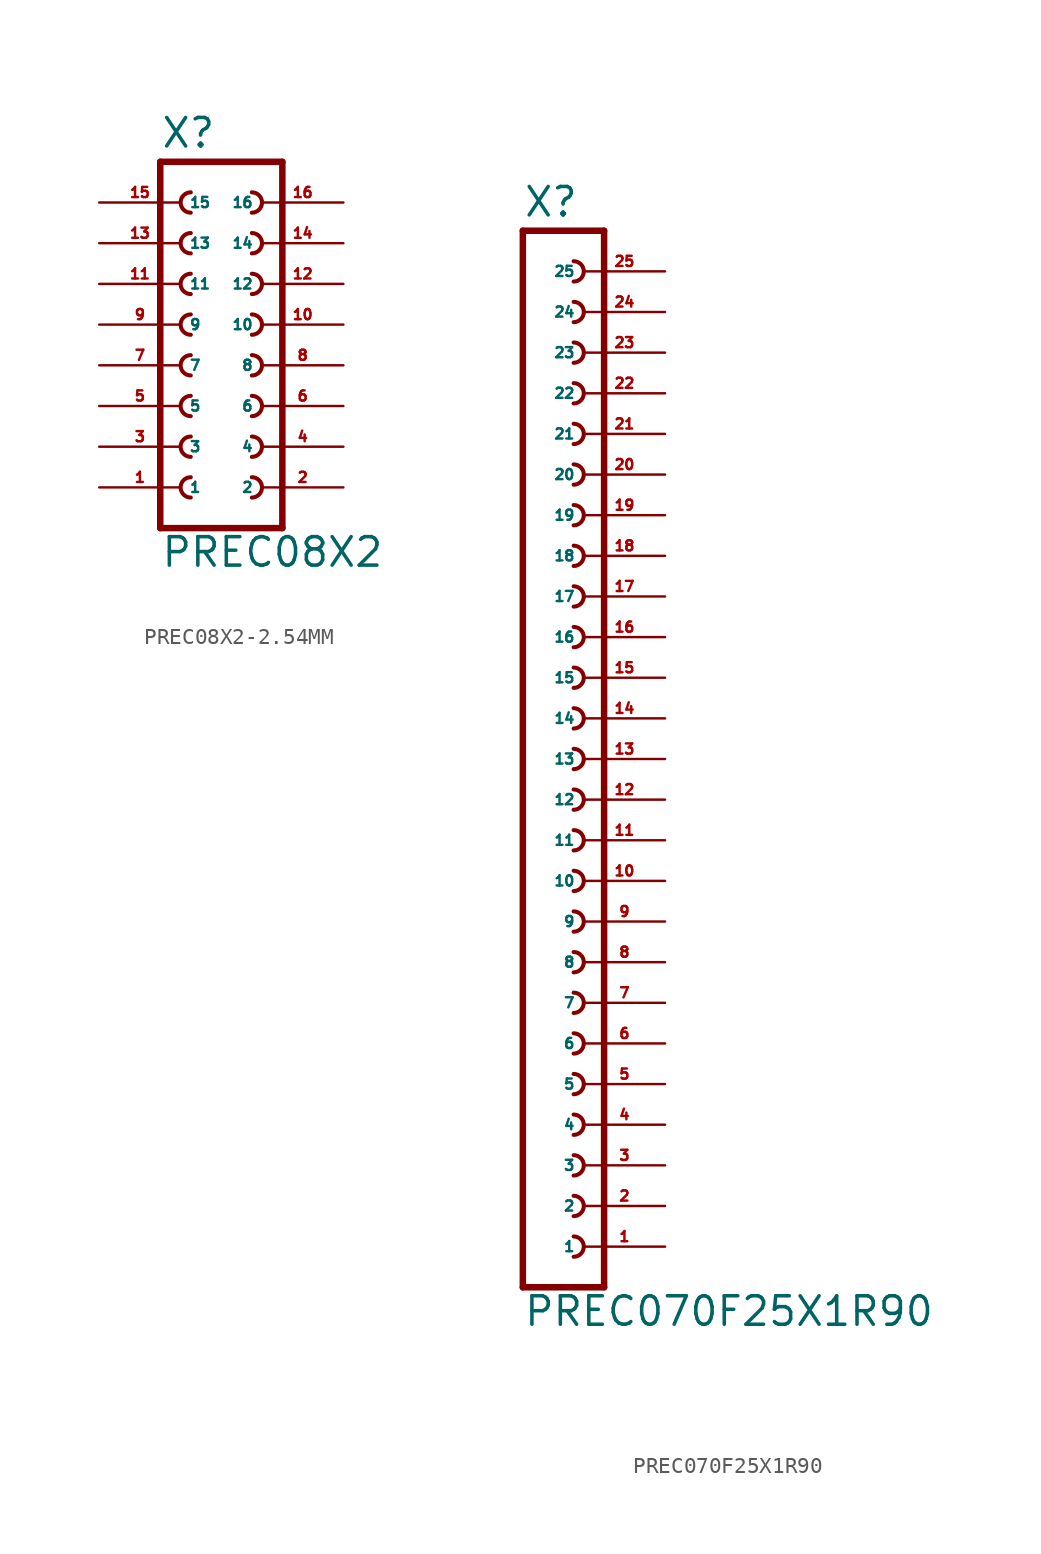
<source format=kicad_sym>
(kicad_symbol_lib
  (version 20220914)
  (generator Eagle2Kicad)
  (symbol "PREC08X2-2.54MM"
    (property "Reference" "X"
      (at -3.81 13.462 0)
      (effects (font (size 1.778 1.778) (thickness 0.22)) (justify left bottom)))
    (property "Value" "PREC08X2"
      (at -3.81 -12.7 0)
      (effects (font (size 1.778 1.778) (thickness 0.22)) (justify left bottom)))
    (polyline
      (pts (xy 3.81 -10.16) (xy -3.81 -10.16))
      (stroke (width 0.406) (type default))
      (fill (type none)))
    (arc
      (start -1.905 -1.905)
      (mid -2.540 -2.540)
      (end -1.905 -3.175)
      (stroke (width 0.254) (type default))
      (fill (type none)))
    (arc
      (start -1.905 -4.445)
      (mid -2.540 -5.080)
      (end -1.905 -5.715)
      (stroke (width 0.254) (type default))
      (fill (type none)))
    (arc
      (start -1.905 -6.985)
      (mid -2.540 -7.620)
      (end -1.905 -8.255)
      (stroke (width 0.254) (type default))
      (fill (type none)))
    (arc
      (start 1.905 -3.175)
      (mid 2.540 -2.540)
      (end 1.905 -1.905)
      (stroke (width 0.254) (type default))
      (fill (type none)))
    (arc
      (start 1.905 -5.715)
      (mid 2.540 -5.080)
      (end 1.905 -4.445)
      (stroke (width 0.254) (type default))
      (fill (type none)))
    (arc
      (start 1.905 -8.255)
      (mid 2.540 -7.620)
      (end 1.905 -6.985)
      (stroke (width 0.254) (type default))
      (fill (type none)))
    (arc
      (start -1.905 3.175)
      (mid -2.540 2.540)
      (end -1.905 1.905)
      (stroke (width 0.254) (type default))
      (fill (type none)))
    (arc
      (start -1.905 0.635)
      (mid -2.540 0.000)
      (end -1.905 -0.635)
      (stroke (width 0.254) (type default))
      (fill (type none)))
    (arc
      (start 1.905 1.905)
      (mid 2.540 2.540)
      (end 1.905 3.175)
      (stroke (width 0.254) (type default))
      (fill (type none)))
    (arc
      (start 1.905 -0.635)
      (mid 2.540 0.000)
      (end 1.905 0.635)
      (stroke (width 0.254) (type default))
      (fill (type none)))
    (arc
      (start -1.905 10.795)
      (mid -2.540 10.160)
      (end -1.905 9.525)
      (stroke (width 0.254) (type default))
      (fill (type none)))
    (arc
      (start -1.905 8.255)
      (mid -2.540 7.620)
      (end -1.905 6.985)
      (stroke (width 0.254) (type default))
      (fill (type none)))
    (arc
      (start -1.905 5.715)
      (mid -2.540 5.080)
      (end -1.905 4.445)
      (stroke (width 0.254) (type default))
      (fill (type none)))
    (arc
      (start 1.905 9.525)
      (mid 2.540 10.160)
      (end 1.905 10.795)
      (stroke (width 0.254) (type default))
      (fill (type none)))
    (arc
      (start 1.905 6.985)
      (mid 2.540 7.620)
      (end 1.905 8.255)
      (stroke (width 0.254) (type default))
      (fill (type none)))
    (arc
      (start 1.905 4.445)
      (mid 2.540 5.080)
      (end 1.905 5.715)
      (stroke (width 0.254) (type default))
      (fill (type none)))
    (polyline
      (pts (xy -3.81 12.7) (xy -3.81 -10.16))
      (stroke (width 0.406) (type default))
      (fill (type none)))
    (polyline
      (pts (xy 3.81 -10.16) (xy 3.81 12.7))
      (stroke (width 0.406) (type default))
      (fill (type none)))
    (polyline
      (pts (xy -3.81 12.7) (xy 3.81 12.7))
      (stroke (width 0.406) (type default))
      (fill (type none)))
    (pin passive line
      (at -7.62 -7.62 0)
      (length 5.08)
      (name "1" (effects (font (size 0.635 0.635) (thickness 0.08)) (justify left bottom)))
      (number "1" (effects (font (size 0.635 0.635) (thickness 0.08)) (justify left bottom))))
    (pin passive line
      (at -7.62 -5.08 0)
      (length 5.08)
      (name "3" (effects (font (size 0.635 0.635) (thickness 0.08)) (justify left bottom)))
      (number "3" (effects (font (size 0.635 0.635) (thickness 0.08)) (justify left bottom))))
    (pin passive line
      (at -7.62 -2.54 0)
      (length 5.08)
      (name "5" (effects (font (size 0.635 0.635) (thickness 0.08)) (justify left bottom)))
      (number "5" (effects (font (size 0.635 0.635) (thickness 0.08)) (justify left bottom))))
    (pin passive line
      (at 7.62 -7.62 180)
      (length 5.08)
      (name "2" (effects (font (size 0.635 0.635) (thickness 0.08)) (justify left bottom)))
      (number "2" (effects (font (size 0.635 0.635) (thickness 0.08)) (justify left bottom))))
    (pin passive line
      (at 7.62 -5.08 180)
      (length 5.08)
      (name "4" (effects (font (size 0.635 0.635) (thickness 0.08)) (justify left bottom)))
      (number "4" (effects (font (size 0.635 0.635) (thickness 0.08)) (justify left bottom))))
    (pin passive line
      (at 7.62 -2.54 180)
      (length 5.08)
      (name "6" (effects (font (size 0.635 0.635) (thickness 0.08)) (justify left bottom)))
      (number "6" (effects (font (size 0.635 0.635) (thickness 0.08)) (justify left bottom))))
    (pin passive line
      (at -7.62 0 0)
      (length 5.08)
      (name "7" (effects (font (size 0.635 0.635) (thickness 0.08)) (justify left bottom)))
      (number "7" (effects (font (size 0.635 0.635) (thickness 0.08)) (justify left bottom))))
    (pin passive line
      (at -7.62 2.54 0)
      (length 5.08)
      (name "9" (effects (font (size 0.635 0.635) (thickness 0.08)) (justify left bottom)))
      (number "9" (effects (font (size 0.635 0.635) (thickness 0.08)) (justify left bottom))))
    (pin passive line
      (at 7.62 0 180)
      (length 5.08)
      (name "8" (effects (font (size 0.635 0.635) (thickness 0.08)) (justify left bottom)))
      (number "8" (effects (font (size 0.635 0.635) (thickness 0.08)) (justify left bottom))))
    (pin passive line
      (at 7.62 2.54 180)
      (length 5.08)
      (name "10" (effects (font (size 0.635 0.635) (thickness 0.08)) (justify left bottom)))
      (number "10" (effects (font (size 0.635 0.635) (thickness 0.08)) (justify left bottom))))
    (pin passive line
      (at -7.62 5.08 0)
      (length 5.08)
      (name "11" (effects (font (size 0.635 0.635) (thickness 0.08)) (justify left bottom)))
      (number "11" (effects (font (size 0.635 0.635) (thickness 0.08)) (justify left bottom))))
    (pin passive line
      (at -7.62 7.62 0)
      (length 5.08)
      (name "13" (effects (font (size 0.635 0.635) (thickness 0.08)) (justify left bottom)))
      (number "13" (effects (font (size 0.635 0.635) (thickness 0.08)) (justify left bottom))))
    (pin passive line
      (at -7.62 10.16 0)
      (length 5.08)
      (name "15" (effects (font (size 0.635 0.635) (thickness 0.08)) (justify left bottom)))
      (number "15" (effects (font (size 0.635 0.635) (thickness 0.08)) (justify left bottom))))
    (pin passive line
      (at 7.62 5.08 180)
      (length 5.08)
      (name "12" (effects (font (size 0.635 0.635) (thickness 0.08)) (justify left bottom)))
      (number "12" (effects (font (size 0.635 0.635) (thickness 0.08)) (justify left bottom))))
    (pin passive line
      (at 7.62 7.62 180)
      (length 5.08)
      (name "14" (effects (font (size 0.635 0.635) (thickness 0.08)) (justify left bottom)))
      (number "14" (effects (font (size 0.635 0.635) (thickness 0.08)) (justify left bottom))))
    (pin passive line
      (at 7.62 10.16 180)
      (length 5.08)
      (name "16" (effects (font (size 0.635 0.635) (thickness 0.08)) (justify left bottom)))
      (number "16" (effects (font (size 0.635 0.635) (thickness 0.08)) (justify left bottom)))))
  (symbol "PREC070F25X1R90"
    (property "Reference" "X"
      (at -1.27 33.782 0)
      (effects (font (size 1.778 1.778) (thickness 0.22)) (justify left bottom)))
    (property "Value" "PREC070F25X1R90"
      (at -1.27 -35.56 0)
      (effects (font (size 1.778 1.778) (thickness 0.22)) (justify left bottom)))
    (polyline
      (pts (xy 3.81 -33.02) (xy -1.27 -33.02))
      (stroke (width 0.406) (type default))
      (fill (type none)))
    (arc
      (start 1.905 -13.335)
      (mid 2.540 -12.700)
      (end 1.905 -12.065)
      (stroke (width 0.254) (type default))
      (fill (type none)))
    (arc
      (start 1.905 -15.875)
      (mid 2.540 -15.240)
      (end 1.905 -14.605)
      (stroke (width 0.254) (type default))
      (fill (type none)))
    (arc
      (start 1.905 -18.415)
      (mid 2.540 -17.780)
      (end 1.905 -17.145)
      (stroke (width 0.254) (type default))
      (fill (type none)))
    (arc
      (start 1.905 -8.255)
      (mid 2.540 -7.620)
      (end 1.905 -6.985)
      (stroke (width 0.254) (type default))
      (fill (type none)))
    (arc
      (start 1.905 -10.795)
      (mid 2.540 -10.160)
      (end 1.905 -9.525)
      (stroke (width 0.254) (type default))
      (fill (type none)))
    (arc
      (start 1.905 -0.635)
      (mid 2.540 0.000)
      (end 1.905 0.635)
      (stroke (width 0.254) (type default))
      (fill (type none)))
    (arc
      (start 1.905 -3.175)
      (mid 2.540 -2.540)
      (end 1.905 -1.905)
      (stroke (width 0.254) (type default))
      (fill (type none)))
    (arc
      (start 1.905 -5.715)
      (mid 2.540 -5.080)
      (end 1.905 -4.445)
      (stroke (width 0.254) (type default))
      (fill (type none)))
    (arc
      (start 1.905 4.445)
      (mid 2.540 5.080)
      (end 1.905 5.715)
      (stroke (width 0.254) (type default))
      (fill (type none)))
    (arc
      (start 1.905 1.905)
      (mid 2.540 2.540)
      (end 1.905 3.175)
      (stroke (width 0.254) (type default))
      (fill (type none)))
    (arc
      (start 1.905 12.065)
      (mid 2.540 12.700)
      (end 1.905 13.335)
      (stroke (width 0.254) (type default))
      (fill (type none)))
    (arc
      (start 1.905 9.525)
      (mid 2.540 10.160)
      (end 1.905 10.795)
      (stroke (width 0.254) (type default))
      (fill (type none)))
    (arc
      (start 1.905 6.985)
      (mid 2.540 7.620)
      (end 1.905 8.255)
      (stroke (width 0.254) (type default))
      (fill (type none)))
    (arc
      (start 1.905 17.145)
      (mid 2.540 17.780)
      (end 1.905 18.415)
      (stroke (width 0.254) (type default))
      (fill (type none)))
    (arc
      (start 1.905 14.605)
      (mid 2.540 15.240)
      (end 1.905 15.875)
      (stroke (width 0.254) (type default))
      (fill (type none)))
    (polyline
      (pts (xy -1.27 33.02) (xy -1.27 -33.02))
      (stroke (width 0.406) (type default))
      (fill (type none)))
    (polyline
      (pts (xy 3.81 -33.02) (xy 3.81 33.02))
      (stroke (width 0.406) (type default))
      (fill (type none)))
    (polyline
      (pts (xy -1.27 33.02) (xy 3.81 33.02))
      (stroke (width 0.406) (type default))
      (fill (type none)))
    (arc
      (start 1.905 19.685)
      (mid 2.540 20.320)
      (end 1.905 20.955)
      (stroke (width 0.254) (type default))
      (fill (type none)))
    (arc
      (start 1.905 -20.955)
      (mid 2.540 -20.320)
      (end 1.905 -19.685)
      (stroke (width 0.254) (type default))
      (fill (type none)))
    (arc
      (start 1.905 22.225)
      (mid 2.540 22.860)
      (end 1.905 23.495)
      (stroke (width 0.254) (type default))
      (fill (type none)))
    (arc
      (start 1.905 -23.495)
      (mid 2.540 -22.860)
      (end 1.905 -22.225)
      (stroke (width 0.254) (type default))
      (fill (type none)))
    (arc
      (start 1.905 24.765)
      (mid 2.540 25.400)
      (end 1.905 26.035)
      (stroke (width 0.254) (type default))
      (fill (type none)))
    (arc
      (start 1.905 27.305)
      (mid 2.540 27.940)
      (end 1.905 28.575)
      (stroke (width 0.254) (type default))
      (fill (type none)))
    (arc
      (start 1.905 29.845)
      (mid 2.540 30.480)
      (end 1.905 31.115)
      (stroke (width 0.254) (type default))
      (fill (type none)))
    (arc
      (start 1.905 -26.035)
      (mid 2.540 -25.400)
      (end 1.905 -24.765)
      (stroke (width 0.254) (type default))
      (fill (type none)))
    (arc
      (start 1.905 -28.575)
      (mid 2.540 -27.940)
      (end 1.905 -27.305)
      (stroke (width 0.254) (type default))
      (fill (type none)))
    (arc
      (start 1.905 -31.115)
      (mid 2.540 -30.480)
      (end 1.905 -29.845)
      (stroke (width 0.254) (type default))
      (fill (type none)))
    (pin passive line
      (at 7.62 -30.48 180)
      (length 5.08)
      (name "1" (effects (font (size 0.635 0.635) (thickness 0.08)) (justify left bottom)))
      (number "1" (effects (font (size 0.635 0.635) (thickness 0.08)) (justify left bottom))))
    (pin passive line
      (at 7.62 -27.94 180)
      (length 5.08)
      (name "2" (effects (font (size 0.635 0.635) (thickness 0.08)) (justify left bottom)))
      (number "2" (effects (font (size 0.635 0.635) (thickness 0.08)) (justify left bottom))))
    (pin passive line
      (at 7.62 -25.4 180)
      (length 5.08)
      (name "3" (effects (font (size 0.635 0.635) (thickness 0.08)) (justify left bottom)))
      (number "3" (effects (font (size 0.635 0.635) (thickness 0.08)) (justify left bottom))))
    (pin passive line
      (at 7.62 -22.86 180)
      (length 5.08)
      (name "4" (effects (font (size 0.635 0.635) (thickness 0.08)) (justify left bottom)))
      (number "4" (effects (font (size 0.635 0.635) (thickness 0.08)) (justify left bottom))))
    (pin passive line
      (at 7.62 -20.32 180)
      (length 5.08)
      (name "5" (effects (font (size 0.635 0.635) (thickness 0.08)) (justify left bottom)))
      (number "5" (effects (font (size 0.635 0.635) (thickness 0.08)) (justify left bottom))))
    (pin passive line
      (at 7.62 -17.78 180)
      (length 5.08)
      (name "6" (effects (font (size 0.635 0.635) (thickness 0.08)) (justify left bottom)))
      (number "6" (effects (font (size 0.635 0.635) (thickness 0.08)) (justify left bottom))))
    (pin passive line
      (at 7.62 -15.24 180)
      (length 5.08)
      (name "7" (effects (font (size 0.635 0.635) (thickness 0.08)) (justify left bottom)))
      (number "7" (effects (font (size 0.635 0.635) (thickness 0.08)) (justify left bottom))))
    (pin passive line
      (at 7.62 -12.7 180)
      (length 5.08)
      (name "8" (effects (font (size 0.635 0.635) (thickness 0.08)) (justify left bottom)))
      (number "8" (effects (font (size 0.635 0.635) (thickness 0.08)) (justify left bottom))))
    (pin passive line
      (at 7.62 -10.16 180)
      (length 5.08)
      (name "9" (effects (font (size 0.635 0.635) (thickness 0.08)) (justify left bottom)))
      (number "9" (effects (font (size 0.635 0.635) (thickness 0.08)) (justify left bottom))))
    (pin passive line
      (at 7.62 -7.62 180)
      (length 5.08)
      (name "10" (effects (font (size 0.635 0.635) (thickness 0.08)) (justify left bottom)))
      (number "10" (effects (font (size 0.635 0.635) (thickness 0.08)) (justify left bottom))))
    (pin passive line
      (at 7.62 -5.08 180)
      (length 5.08)
      (name "11" (effects (font (size 0.635 0.635) (thickness 0.08)) (justify left bottom)))
      (number "11" (effects (font (size 0.635 0.635) (thickness 0.08)) (justify left bottom))))
    (pin passive line
      (at 7.62 -2.54 180)
      (length 5.08)
      (name "12" (effects (font (size 0.635 0.635) (thickness 0.08)) (justify left bottom)))
      (number "12" (effects (font (size 0.635 0.635) (thickness 0.08)) (justify left bottom))))
    (pin passive line
      (at 7.62 0 180)
      (length 5.08)
      (name "13" (effects (font (size 0.635 0.635) (thickness 0.08)) (justify left bottom)))
      (number "13" (effects (font (size 0.635 0.635) (thickness 0.08)) (justify left bottom))))
    (pin passive line
      (at 7.62 2.54 180)
      (length 5.08)
      (name "14" (effects (font (size 0.635 0.635) (thickness 0.08)) (justify left bottom)))
      (number "14" (effects (font (size 0.635 0.635) (thickness 0.08)) (justify left bottom))))
    (pin passive line
      (at 7.62 5.08 180)
      (length 5.08)
      (name "15" (effects (font (size 0.635 0.635) (thickness 0.08)) (justify left bottom)))
      (number "15" (effects (font (size 0.635 0.635) (thickness 0.08)) (justify left bottom))))
    (pin passive line
      (at 7.62 7.62 180)
      (length 5.08)
      (name "16" (effects (font (size 0.635 0.635) (thickness 0.08)) (justify left bottom)))
      (number "16" (effects (font (size 0.635 0.635) (thickness 0.08)) (justify left bottom))))
    (pin passive line
      (at 7.62 10.16 180)
      (length 5.08)
      (name "17" (effects (font (size 0.635 0.635) (thickness 0.08)) (justify left bottom)))
      (number "17" (effects (font (size 0.635 0.635) (thickness 0.08)) (justify left bottom))))
    (pin passive line
      (at 7.62 12.7 180)
      (length 5.08)
      (name "18" (effects (font (size 0.635 0.635) (thickness 0.08)) (justify left bottom)))
      (number "18" (effects (font (size 0.635 0.635) (thickness 0.08)) (justify left bottom))))
    (pin passive line
      (at 7.62 15.24 180)
      (length 5.08)
      (name "19" (effects (font (size 0.635 0.635) (thickness 0.08)) (justify left bottom)))
      (number "19" (effects (font (size 0.635 0.635) (thickness 0.08)) (justify left bottom))))
    (pin passive line
      (at 7.62 17.78 180)
      (length 5.08)
      (name "20" (effects (font (size 0.635 0.635) (thickness 0.08)) (justify left bottom)))
      (number "20" (effects (font (size 0.635 0.635) (thickness 0.08)) (justify left bottom))))
    (pin passive line
      (at 7.62 20.32 180)
      (length 5.08)
      (name "21" (effects (font (size 0.635 0.635) (thickness 0.08)) (justify left bottom)))
      (number "21" (effects (font (size 0.635 0.635) (thickness 0.08)) (justify left bottom))))
    (pin passive line
      (at 7.62 22.86 180)
      (length 5.08)
      (name "22" (effects (font (size 0.635 0.635) (thickness 0.08)) (justify left bottom)))
      (number "22" (effects (font (size 0.635 0.635) (thickness 0.08)) (justify left bottom))))
    (pin passive line
      (at 7.62 25.4 180)
      (length 5.08)
      (name "23" (effects (font (size 0.635 0.635) (thickness 0.08)) (justify left bottom)))
      (number "23" (effects (font (size 0.635 0.635) (thickness 0.08)) (justify left bottom))))
    (pin passive line
      (at 7.62 27.94 180)
      (length 5.08)
      (name "24" (effects (font (size 0.635 0.635) (thickness 0.08)) (justify left bottom)))
      (number "24" (effects (font (size 0.635 0.635) (thickness 0.08)) (justify left bottom))))
    (pin passive line
      (at 7.62 30.48 180)
      (length 5.08)
      (name "25" (effects (font (size 0.635 0.635) (thickness 0.08)) (justify left bottom)))
      (number "25" (effects (font (size 0.635 0.635) (thickness 0.08)) (justify left bottom))))))
</source>
